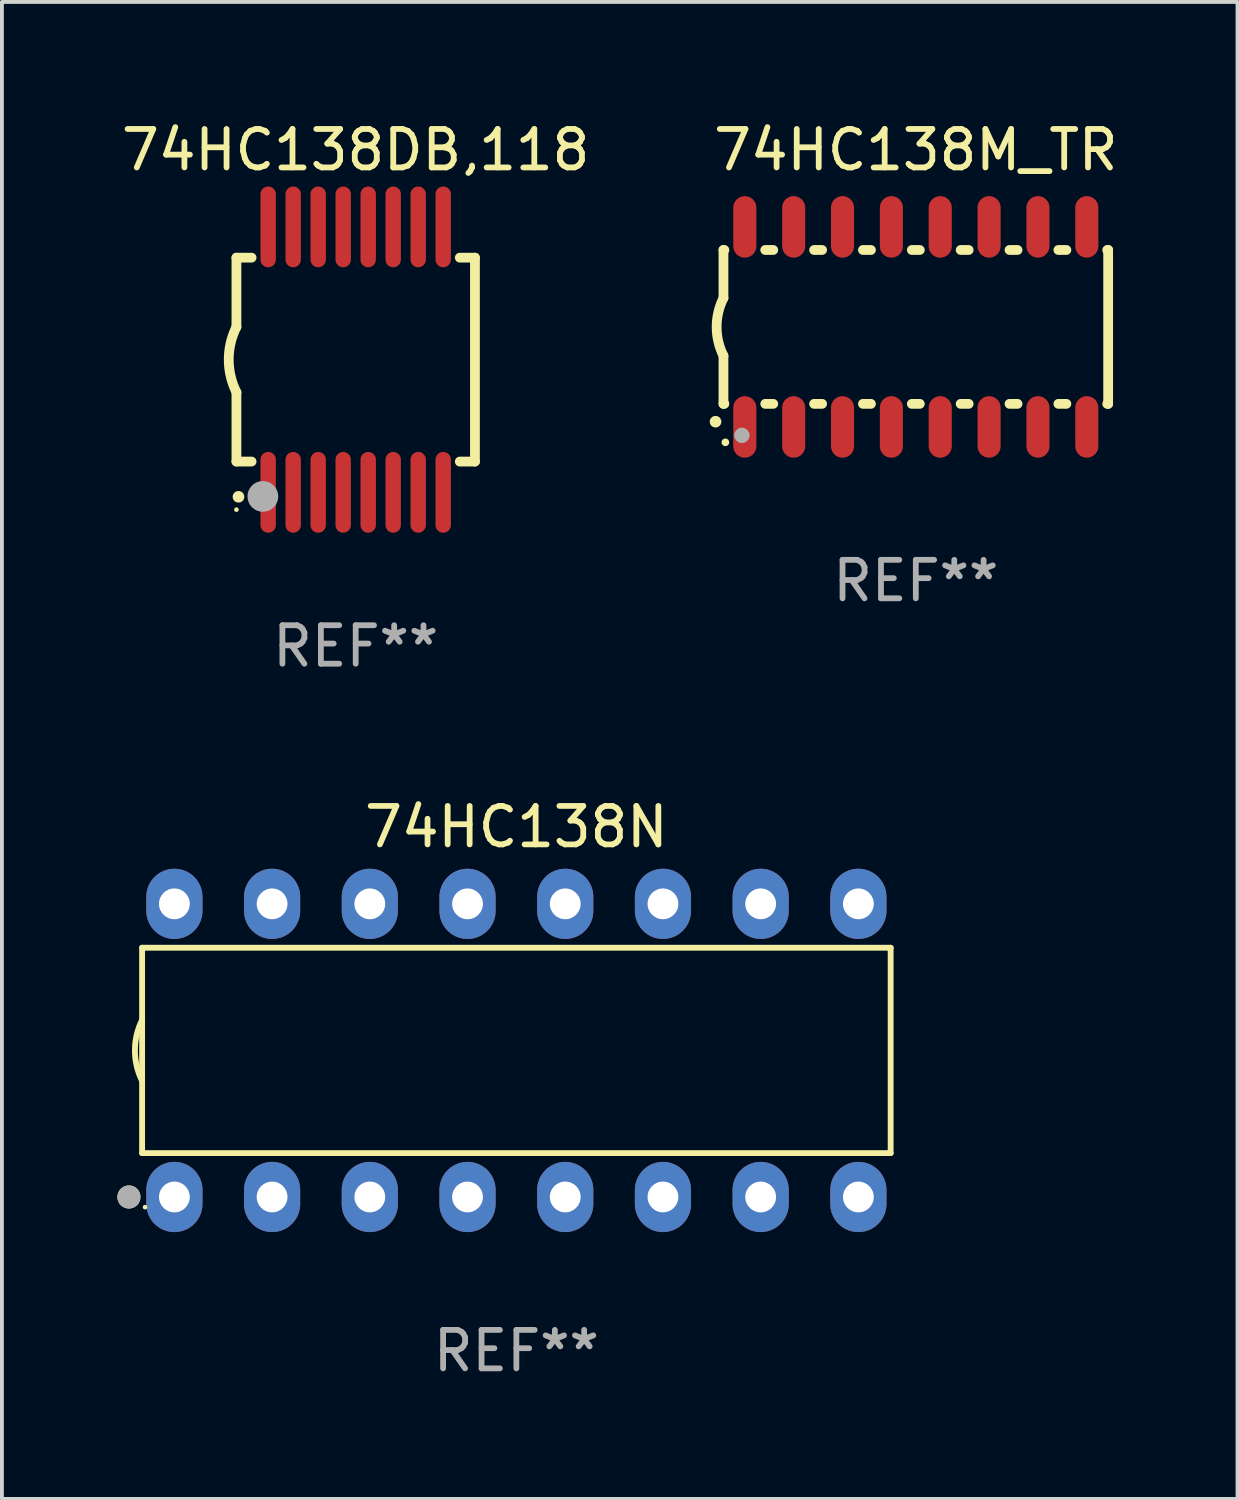
<source format=kicad_pcb>
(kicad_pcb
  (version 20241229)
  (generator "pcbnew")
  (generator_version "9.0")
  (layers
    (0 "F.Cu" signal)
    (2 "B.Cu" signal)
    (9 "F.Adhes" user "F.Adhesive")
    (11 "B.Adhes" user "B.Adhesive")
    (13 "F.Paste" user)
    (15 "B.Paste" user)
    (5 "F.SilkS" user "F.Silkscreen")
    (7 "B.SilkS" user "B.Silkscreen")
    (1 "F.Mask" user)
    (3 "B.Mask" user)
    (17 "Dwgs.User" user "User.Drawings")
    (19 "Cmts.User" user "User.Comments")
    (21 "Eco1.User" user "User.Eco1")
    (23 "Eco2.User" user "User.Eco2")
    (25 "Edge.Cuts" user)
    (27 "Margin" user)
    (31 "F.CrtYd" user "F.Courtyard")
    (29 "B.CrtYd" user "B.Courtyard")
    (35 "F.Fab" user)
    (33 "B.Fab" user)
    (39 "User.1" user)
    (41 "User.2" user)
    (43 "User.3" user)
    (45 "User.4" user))
  (footprint "74HC138M_TR"
    (layer "F.Cu")
    (at 20.756 5.448)
    (property "Reference" "74HC138M_TR" (at 0 -4.6 0) (layer "F.SilkS") (effects (font (size 1 1) (thickness 0.15))))
    (attr through_hole)
    (fp_line (start -5 -2) (end -5 -0.75) (stroke (width 0.254) (type solid)) (layer "F.SilkS"))
    (fp_line (start -5 -2) (end -4.976 -2) (stroke (width 0.254) (type solid)) (layer "F.SilkS"))
    (fp_line (start -5 2) (end -5 0.75) (stroke (width 0.254) (type solid)) (layer "F.SilkS"))
    (fp_line (start -5 2) (end -4.976 2) (stroke (width 0.254) (type solid)) (layer "F.SilkS"))
    (fp_line (start -3.914 -2) (end -3.706 -2) (stroke (width 0.254) (type solid)) (layer "F.SilkS"))
    (fp_line (start -3.914 2) (end -3.706 2) (stroke (width 0.254) (type solid)) (layer "F.SilkS"))
    (fp_line (start -2.644 -2) (end -2.436 -2) (stroke (width 0.254) (type solid)) (layer "F.SilkS"))
    (fp_line (start -2.644 2) (end -2.436 2) (stroke (width 0.254) (type solid)) (layer "F.SilkS"))
    (fp_line (start -1.374 -2) (end -1.166 -2) (stroke (width 0.254) (type solid)) (layer "F.SilkS"))
    (fp_line (start -1.374 2) (end -1.166 2) (stroke (width 0.254) (type solid)) (layer "F.SilkS"))
    (fp_line (start -0.104 -2) (end 0.104 -2) (stroke (width 0.254) (type solid)) (layer "F.SilkS"))
    (fp_line (start -0.104 2) (end 0.104 2) (stroke (width 0.254) (type solid)) (layer "F.SilkS"))
    (fp_line (start 1.166 -2) (end 1.374 -2) (stroke (width 0.254) (type solid)) (layer "F.SilkS"))
    (fp_line (start 1.166 2) (end 1.374 2) (stroke (width 0.254) (type solid)) (layer "F.SilkS"))
    (fp_line (start 2.436 -2) (end 2.644 -2) (stroke (width 0.254) (type solid)) (layer "F.SilkS"))
    (fp_line (start 2.436 2) (end 2.644 2) (stroke (width 0.254) (type solid)) (layer "F.SilkS"))
    (fp_line (start 3.706 -2) (end 3.914 -2) (stroke (width 0.254) (type solid)) (layer "F.SilkS"))
    (fp_line (start 3.706 2) (end 3.914 2) (stroke (width 0.254) (type solid)) (layer "F.SilkS"))
    (fp_line (start 4.976 -2) (end 5 -2) (stroke (width 0.254) (type solid)) (layer "F.SilkS"))
    (fp_line (start 4.976 2) (end 5 2) (stroke (width 0.254) (type solid)) (layer "F.SilkS"))
    (fp_line (start 5 2) (end 5 -2) (stroke (width 0.254) (type solid)) (layer "F.SilkS"))
    (fp_arc (start -5.20701 2.46383) (mid -5.20574 2.463825) (end -5.20447 2.46383) (stroke (width 0.3) (type solid)) (layer "F.SilkS"))
    (fp_arc (start -5 0.751207) (mid -5.177192 0.00061) (end -5 -0.749987) (stroke (width 0.254001) (type solid)) (layer "F.SilkS"))
    (fp_circle (center -4.95 3) (end -4.9 3) (stroke (width 0.1) (type solid)) (fill no) (layer "F.SilkS"))
    (fp_circle (center -4.521 2.819) (end -4.421 2.819) (stroke (width 0.2) (type solid)) (fill no) (layer "F.Fab"))
    (fp_text user "REF**" (at 0 6.6 0) (layer "F.Fab") (effects (font (size 1 1) (thickness 0.15))))
    (pad "1" smd oval (at -4.445 2.6 180) (size 0.6 1.6) (layers "F.Cu" "F.Mask" "F.Paste"))
    (pad "2" smd oval (at -3.175 2.6 180) (size 0.6 1.6) (layers "F.Cu" "F.Mask" "F.Paste"))
    (pad "3" smd oval (at -1.905 2.6 180) (size 0.6 1.6) (layers "F.Cu" "F.Mask" "F.Paste"))
    (pad "4" smd oval (at -0.635 2.6 180) (size 0.6 1.6) (layers "F.Cu" "F.Mask" "F.Paste"))
    (pad "5" smd oval (at 0.635 2.6 180) (size 0.6 1.6) (layers "F.Cu" "F.Mask" "F.Paste"))
    (pad "6" smd oval (at 1.905 2.6 180) (size 0.6 1.6) (layers "F.Cu" "F.Mask" "F.Paste"))
    (pad "7" smd oval (at 3.175 2.6 180) (size 0.6 1.6) (layers "F.Cu" "F.Mask" "F.Paste"))
    (pad "8" smd oval (at 4.445 2.6 180) (size 0.6 1.6) (layers "F.Cu" "F.Mask" "F.Paste"))
    (pad "9" smd oval (at 4.445 -2.6 180) (size 0.6 1.6) (layers "F.Cu" "F.Mask" "F.Paste"))
    (pad "10" smd oval (at 3.175 -2.6 180) (size 0.6 1.6) (layers "F.Cu" "F.Mask" "F.Paste"))
    (pad "11" smd oval (at 1.905 -2.6 180) (size 0.6 1.6) (layers "F.Cu" "F.Mask" "F.Paste"))
    (pad "12" smd oval (at 0.635 -2.6 180) (size 0.6 1.6) (layers "F.Cu" "F.Mask" "F.Paste"))
    (pad "13" smd oval (at -0.635 -2.6 180) (size 0.6 1.6) (layers "F.Cu" "F.Mask" "F.Paste"))
    (pad "14" smd oval (at -1.905 -2.6 180) (size 0.6 1.6) (layers "F.Cu" "F.Mask" "F.Paste"))
    (pad "15" smd oval (at -3.175 -2.6 180) (size 0.6 1.6) (layers "F.Cu" "F.Mask" "F.Paste"))
    (pad "16" smd oval (at -4.445 -2.6 180) (size 0.6 1.6) (layers "F.Cu" "F.Mask" "F.Paste")))
  (footprint "74HC138N"
    (layer "F.Cu")
    (at 10.373 24.255)
    (property "Reference" "74HC138N" (at 0 -5.81 0) (layer "F.SilkS") (effects (font (size 1 1) (thickness 0.15))))
    (attr through_hole)
    (fp_line (start -9.729 -2.669) (end 9.729 -2.669) (stroke (width 0.152) (type solid)) (layer "F.SilkS"))
    (fp_line (start -9.729 2.669) (end -9.729 -2.669) (stroke (width 0.152) (type solid)) (layer "F.SilkS"))
    (fp_line (start 9.729 -2.669) (end 9.729 2.669) (stroke (width 0.152) (type solid)) (layer "F.SilkS"))
    (fp_line (start 9.729 2.669) (end -9.729 2.669) (stroke (width 0.152) (type solid)) (layer "F.SilkS"))
    (fp_arc (start -9.728727 0.793751) (mid -9.916106 0) (end -9.728727 -0.793752) (stroke (width 0.1524) (type solid)) (layer "F.SilkS"))
    (fp_circle (center -10.072 3.81) (end -9.922 3.81) (stroke (width 0.3) (type solid)) (fill no) (layer "F.SilkS"))
    (fp_circle (center -9.653 4.075) (end -9.623 4.075) (stroke (width 0.06) (type solid)) (fill no) (layer "F.SilkS"))
    (fp_circle (center -10.072 3.81) (end -9.922 3.81) (stroke (width 0.3) (type solid)) (fill no) (layer "F.Fab"))
    (fp_text user "REF**" (at 0 7.81 0) (layer "F.Fab") (effects (font (size 1 1) (thickness 0.15))))
    (pad "1" thru_hole oval (at -8.89 3.81) (size 1.46 1.825) (drill 0.8) (layers "*.Cu" "*.Mask"))
    (pad "2" thru_hole oval (at -6.35 3.81) (size 1.46 1.825) (drill 0.8) (layers "*.Cu" "*.Mask"))
    (pad "3" thru_hole oval (at -3.81 3.81) (size 1.46 1.825) (drill 0.8) (layers "*.Cu" "*.Mask"))
    (pad "4" thru_hole oval (at -1.27 3.81) (size 1.46 1.825) (drill 0.8) (layers "*.Cu" "*.Mask"))
    (pad "5" thru_hole oval (at 1.27 3.81) (size 1.46 1.825) (drill 0.8) (layers "*.Cu" "*.Mask"))
    (pad "6" thru_hole oval (at 3.81 3.81) (size 1.46 1.825) (drill 0.8) (layers "*.Cu" "*.Mask"))
    (pad "7" thru_hole oval (at 6.35 3.81) (size 1.46 1.825) (drill 0.8) (layers "*.Cu" "*.Mask"))
    (pad "8" thru_hole oval (at 8.89 3.81) (size 1.46 1.825) (drill 0.8) (layers "*.Cu" "*.Mask"))
    (pad "9" thru_hole oval (at 8.89 -3.81) (size 1.46 1.825) (drill 0.8) (layers "*.Cu" "*.Mask"))
    (pad "10" thru_hole oval (at 6.35 -3.81) (size 1.46 1.825) (drill 0.8) (layers "*.Cu" "*.Mask"))
    (pad "11" thru_hole oval (at 3.81 -3.81) (size 1.46 1.825) (drill 0.8) (layers "*.Cu" "*.Mask"))
    (pad "12" thru_hole oval (at 1.27 -3.81) (size 1.46 1.825) (drill 0.8) (layers "*.Cu" "*.Mask"))
    (pad "13" thru_hole oval (at -1.27 -3.81) (size 1.46 1.825) (drill 0.8) (layers "*.Cu" "*.Mask"))
    (pad "14" thru_hole oval (at -3.81 -3.81) (size 1.46 1.825) (drill 0.8) (layers "*.Cu" "*.Mask"))
    (pad "15" thru_hole oval (at -6.35 -3.81) (size 1.46 1.825) (drill 0.8) (layers "*.Cu" "*.Mask"))
    (pad "16" thru_hole oval (at -8.89 -3.81) (size 1.46 1.825) (drill 0.8) (layers "*.Cu" "*.Mask")))
  (footprint "74HC138DB,118"
    (layer "F.Cu")
    (at 6.196 6.298)
    (property "Reference" "74HC138DB,118" (at 0 -5.45 0) (layer "F.SilkS") (effects (font (size 1 1) (thickness 0.15))))
    (attr through_hole)
    (fp_line (start -3.1 -2.65) (end -3.1 -0.85) (stroke (width 0.254) (type solid)) (layer "F.SilkS"))
    (fp_line (start -3.1 -2.65) (end -2.706 -2.65) (stroke (width 0.254) (type solid)) (layer "F.SilkS"))
    (fp_line (start -3.1 2.65) (end -3.1 0.85) (stroke (width 0.254) (type solid)) (layer "F.SilkS"))
    (fp_line (start -3.1 2.65) (end -2.706 2.65) (stroke (width 0.254) (type solid)) (layer "F.SilkS"))
    (fp_line (start 2.706 -2.65) (end 3.1 -2.65) (stroke (width 0.254) (type solid)) (layer "F.SilkS"))
    (fp_line (start 2.706 2.65) (end 3.1 2.65) (stroke (width 0.254) (type solid)) (layer "F.SilkS"))
    (fp_line (start 3.1 -2.65) (end 3.1 2.65) (stroke (width 0.254) (type solid)) (layer "F.SilkS"))
    (fp_arc (start -3.098907 0.850902) (mid -3.300057 0.000523) (end -3.1 -0.850114) (stroke (width 0.254001) (type solid)) (layer "F.SilkS"))
    (fp_arc (start -3.048006 3.566066) (mid -3.046736 3.566061) (end -3.045466 3.566066) (stroke (width 0.3) (type solid)) (layer "F.SilkS"))
    (fp_circle (center -3.1 3.9) (end -3.07 3.9) (stroke (width 0.06) (type solid)) (fill no) (layer "F.SilkS"))
    (fp_circle (center -2.413 3.556) (end -2.213 3.556) (stroke (width 0.4) (type solid)) (fill no) (layer "F.Fab"))
    (fp_text user "REF**" (at 0 7.45 0) (layer "F.Fab") (effects (font (size 1 1) (thickness 0.15))))
    (pad "1" smd oval (at -2.275 3.45 180) (size 0.4 2.1) (layers "F.Cu" "F.Mask" "F.Paste"))
    (pad "2" smd oval (at -1.625 3.45 180) (size 0.4 2.1) (layers "F.Cu" "F.Mask" "F.Paste"))
    (pad "3" smd oval (at -0.975 3.45 180) (size 0.4 2.1) (layers "F.Cu" "F.Mask" "F.Paste"))
    (pad "4" smd oval (at -0.325 3.45 180) (size 0.4 2.1) (layers "F.Cu" "F.Mask" "F.Paste"))
    (pad "5" smd oval (at 0.325 3.45 180) (size 0.4 2.1) (layers "F.Cu" "F.Mask" "F.Paste"))
    (pad "6" smd oval (at 0.975 3.45 180) (size 0.4 2.1) (layers "F.Cu" "F.Mask" "F.Paste"))
    (pad "7" smd oval (at 1.625 3.45 180) (size 0.4 2.1) (layers "F.Cu" "F.Mask" "F.Paste"))
    (pad "8" smd oval (at 2.275 3.45 180) (size 0.4 2.1) (layers "F.Cu" "F.Mask" "F.Paste"))
    (pad "9" smd oval (at 2.275 -3.45 180) (size 0.4 2.1) (layers "F.Cu" "F.Mask" "F.Paste"))
    (pad "10" smd oval (at 1.625 -3.45 180) (size 0.4 2.1) (layers "F.Cu" "F.Mask" "F.Paste"))
    (pad "11" smd oval (at 0.975 -3.45 180) (size 0.4 2.1) (layers "F.Cu" "F.Mask" "F.Paste"))
    (pad "12" smd oval (at 0.325 -3.45 180) (size 0.4 2.1) (layers "F.Cu" "F.Mask" "F.Paste"))
    (pad "13" smd oval (at -0.325 -3.45 180) (size 0.4 2.1) (layers "F.Cu" "F.Mask" "F.Paste"))
    (pad "14" smd oval (at -0.975 -3.45 180) (size 0.4 2.1) (layers "F.Cu" "F.Mask" "F.Paste"))
    (pad "15" smd oval (at -1.625 -3.45 180) (size 0.4 2.1) (layers "F.Cu" "F.Mask" "F.Paste"))
    (pad "16" smd oval (at -2.275 -3.45 180) (size 0.4 2.1) (layers "F.Cu" "F.Mask" "F.Paste")))
  (gr_rect
    (start -3 -3)
    (end 29.119 35.913)
    (stroke (width 0.1) (type default))
    (fill no)
    (layer "Edge.Cuts")))
</source>
